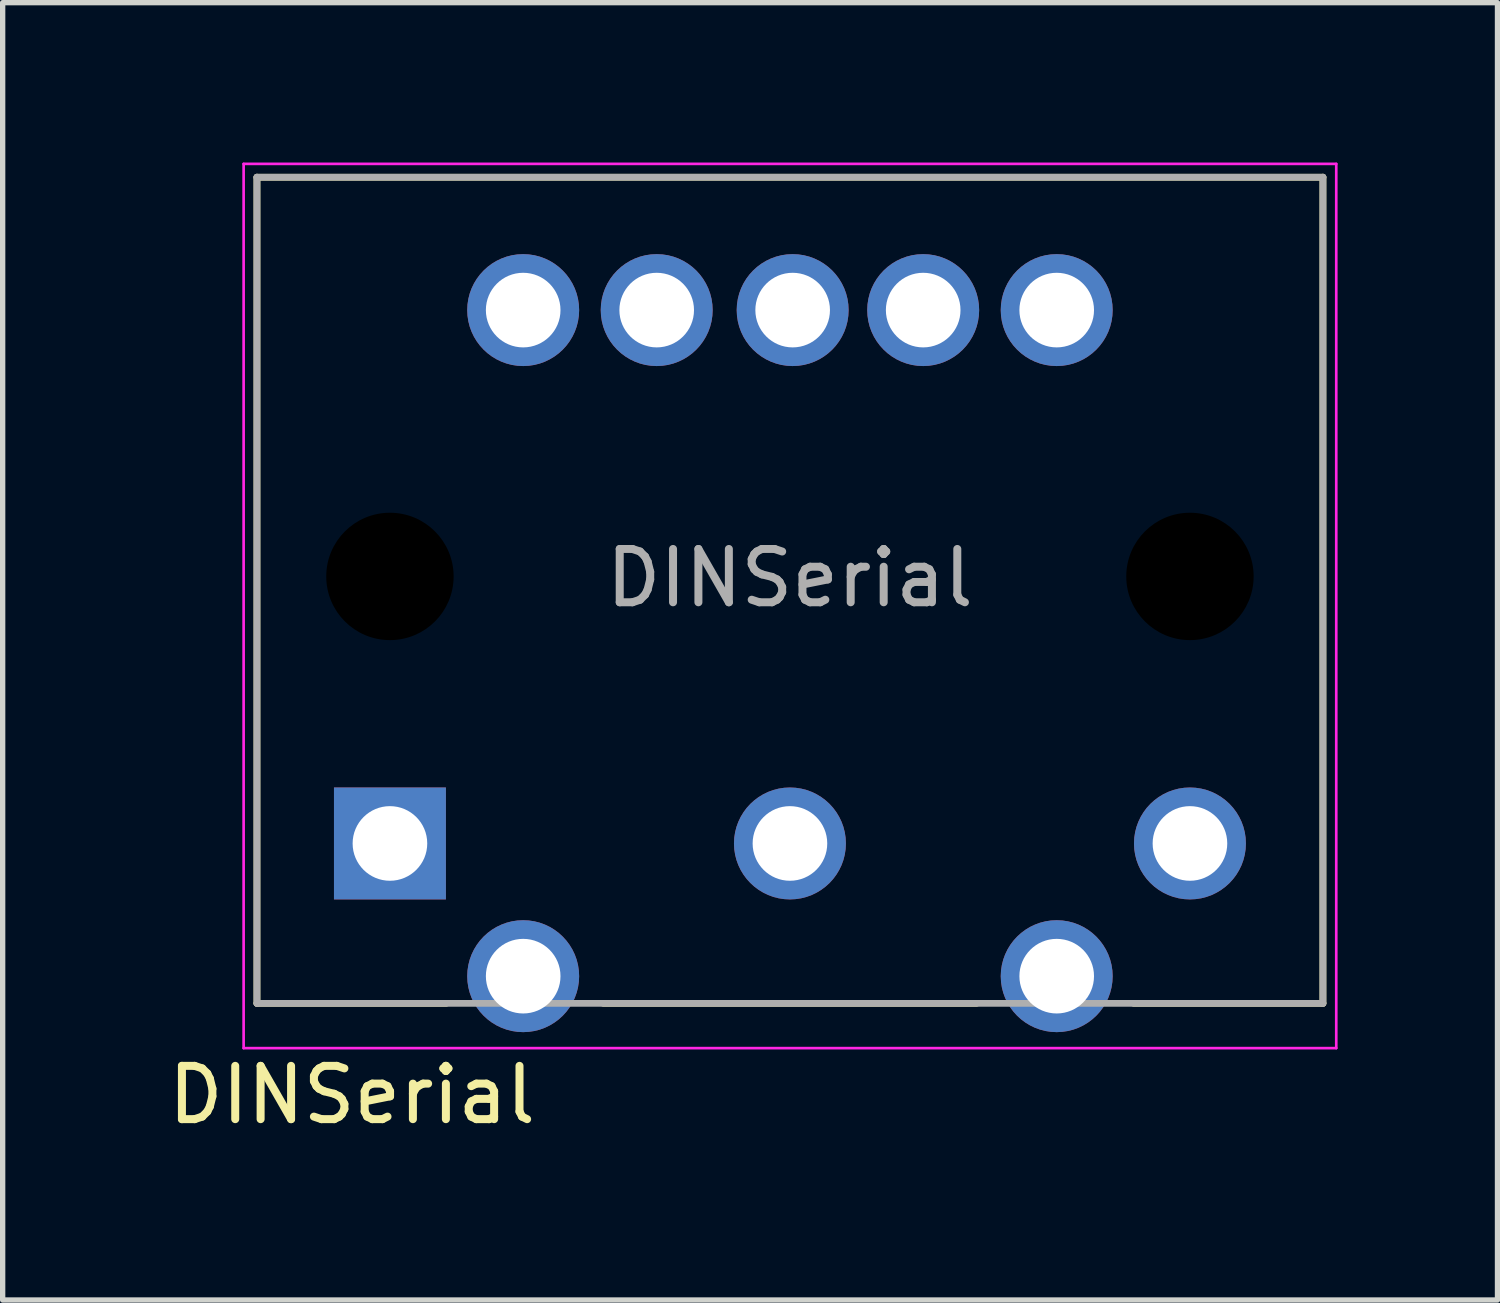
<source format=kicad_pcb>
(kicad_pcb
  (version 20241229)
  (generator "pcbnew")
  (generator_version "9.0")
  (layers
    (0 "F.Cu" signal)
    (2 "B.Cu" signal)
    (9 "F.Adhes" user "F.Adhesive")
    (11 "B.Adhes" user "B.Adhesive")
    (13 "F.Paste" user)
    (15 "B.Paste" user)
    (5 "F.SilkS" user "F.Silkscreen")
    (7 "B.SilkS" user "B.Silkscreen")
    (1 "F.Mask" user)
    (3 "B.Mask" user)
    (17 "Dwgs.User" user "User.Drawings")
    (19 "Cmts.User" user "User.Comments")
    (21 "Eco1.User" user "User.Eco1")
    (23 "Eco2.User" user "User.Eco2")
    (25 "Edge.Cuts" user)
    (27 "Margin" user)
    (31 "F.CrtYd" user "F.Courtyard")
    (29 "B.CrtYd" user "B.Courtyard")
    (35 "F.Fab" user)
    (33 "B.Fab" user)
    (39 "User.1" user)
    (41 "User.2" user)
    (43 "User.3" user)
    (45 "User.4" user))
  (footprint "DINSerial"
    (layer "F.Cu")
    (at 11.758 7.765)
    (property "Reference" "DINSerial" (at -8.204 9.728 0) (unlocked yes) (layer "F.SilkS") (effects (font (size 1 1) (thickness 0.15))))
    (fp_circle (center -7.492 0) (end -7.492 0.725) (stroke (width 1.449) (type solid)) (fill no) (layer "F.Mask"))
    (fp_circle (center 7.518 0) (end 7.518 0.725) (stroke (width 1.449) (type solid)) (fill no) (layer "F.Mask"))
    (fp_circle (center -7.492 0) (end -7.492 0.725) (stroke (width 1.449) (type solid)) (fill no) (layer "B.Mask"))
    (fp_circle (center 7.518 0) (end 7.518 0.725) (stroke (width 1.449) (type solid)) (fill no) (layer "B.Mask"))
    (fp_line (start -9.987 -7.49) (end 10.013 -7.49) (stroke (width 0.127) (type solid)) (layer "F.SilkS"))
    (fp_line (start -9.987 8.01) (end -9.987 -7.49) (stroke (width 0.127) (type solid)) (layer "F.SilkS"))
    (fp_line (start -6.437 8.01) (end -9.987 8.01) (stroke (width 0.127) (type solid)) (layer "F.SilkS"))
    (fp_line (start 3.513 8.01) (end -3.487 8.01) (stroke (width 0.127) (type solid)) (layer "F.SilkS"))
    (fp_line (start 10.013 -7.49) (end 10.013 8.01) (stroke (width 0.127) (type solid)) (layer "F.SilkS"))
    (fp_line (start 10.013 8.01) (end 6.463 8.01) (stroke (width 0.127) (type solid)) (layer "F.SilkS"))
    (fp_line (start -10.237 -7.74) (end 10.263 -7.74) (stroke (width 0.05) (type solid)) (layer "F.CrtYd"))
    (fp_line (start -10.237 8.85) (end -10.237 -7.74) (stroke (width 0.05) (type solid)) (layer "F.CrtYd"))
    (fp_line (start 10.263 -7.74) (end 10.263 8.85) (stroke (width 0.05) (type solid)) (layer "F.CrtYd"))
    (fp_line (start 10.263 8.85) (end -10.237 8.85) (stroke (width 0.05) (type solid)) (layer "F.CrtYd"))
    (fp_line (start -9.987 -7.49) (end 10.013 -7.49) (stroke (width 0.127) (type solid)) (layer "F.Fab"))
    (fp_line (start -9.987 8.01) (end -9.987 -7.49) (stroke (width 0.127) (type solid)) (layer "F.Fab"))
    (fp_line (start 10.013 -7.49) (end 10.013 8.01) (stroke (width 0.127) (type solid)) (layer "F.Fab"))
    (fp_line (start 10.013 8.01) (end -9.987 8.01) (stroke (width 0.127) (type solid)) (layer "F.Fab"))
    (fp_text user "${REFERENCE}" (at 0.01 0.03 0) (unlocked yes) (layer "F.Fab") (effects (font (size 1 1) (thickness 0.15))))
    (pad "" np_thru_hole circle (at -7.492 0 270) (size 2.39 2.39) (drill 2.39) (layers "*.Mask"))
    (pad "" np_thru_hole circle (at 7.518 0 270) (size 2.39 2.39) (drill 2.39) (layers "*.Mask"))
    (pad "1" thru_hole rect (at -7.492 5.01 270) (size 2.1 2.1) (drill 1.4) (layers "*.Cu" "*.Mask"))
    (pad "2" thru_hole circle (at 0.013 5.01 270) (size 2.1 2.1) (drill 1.4) (layers "*.Cu" "*.Mask"))
    (pad "3" thru_hole circle (at 7.518 5.01 270) (size 2.1 2.1) (drill 1.4) (layers "*.Cu" "*.Mask"))
    (pad "4" thru_hole circle (at -4.992 7.5 270) (size 2.1 2.1) (drill 1.4) (layers "*.Cu" "*.Mask"))
    (pad "5" thru_hole circle (at 5.018 7.5 270) (size 2.1 2.1) (drill 1.4) (layers "*.Cu" "*.Mask"))
    (pad "G" thru_hole circle (at -4.992 -4.997 270) (size 2.1 2.1) (drill 1.4) (layers "*.Cu" "*.Mask"))
    (pad "G" thru_hole circle (at -2.487 -4.997 270) (size 2.1 2.1) (drill 1.4) (layers "*.Cu" "*.Mask"))
    (pad "G" thru_hole circle (at 0.064 -4.997 270) (size 2.1 2.1) (drill 1.4) (layers "*.Cu" "*.Mask"))
    (pad "G" thru_hole circle (at 2.513 -4.997 270) (size 2.1 2.1) (drill 1.4) (layers "*.Cu" "*.Mask"))
    (pad "G" thru_hole circle (at 5.018 -4.997 270) (size 2.1 2.1) (drill 1.4) (layers "*.Cu" "*.Mask")))
  (gr_rect
    (start -3 -3)
    (end 25.046 21.341)
    (stroke (width 0.1) (type default))
    (fill no)
    (layer "Edge.Cuts")))
</source>
